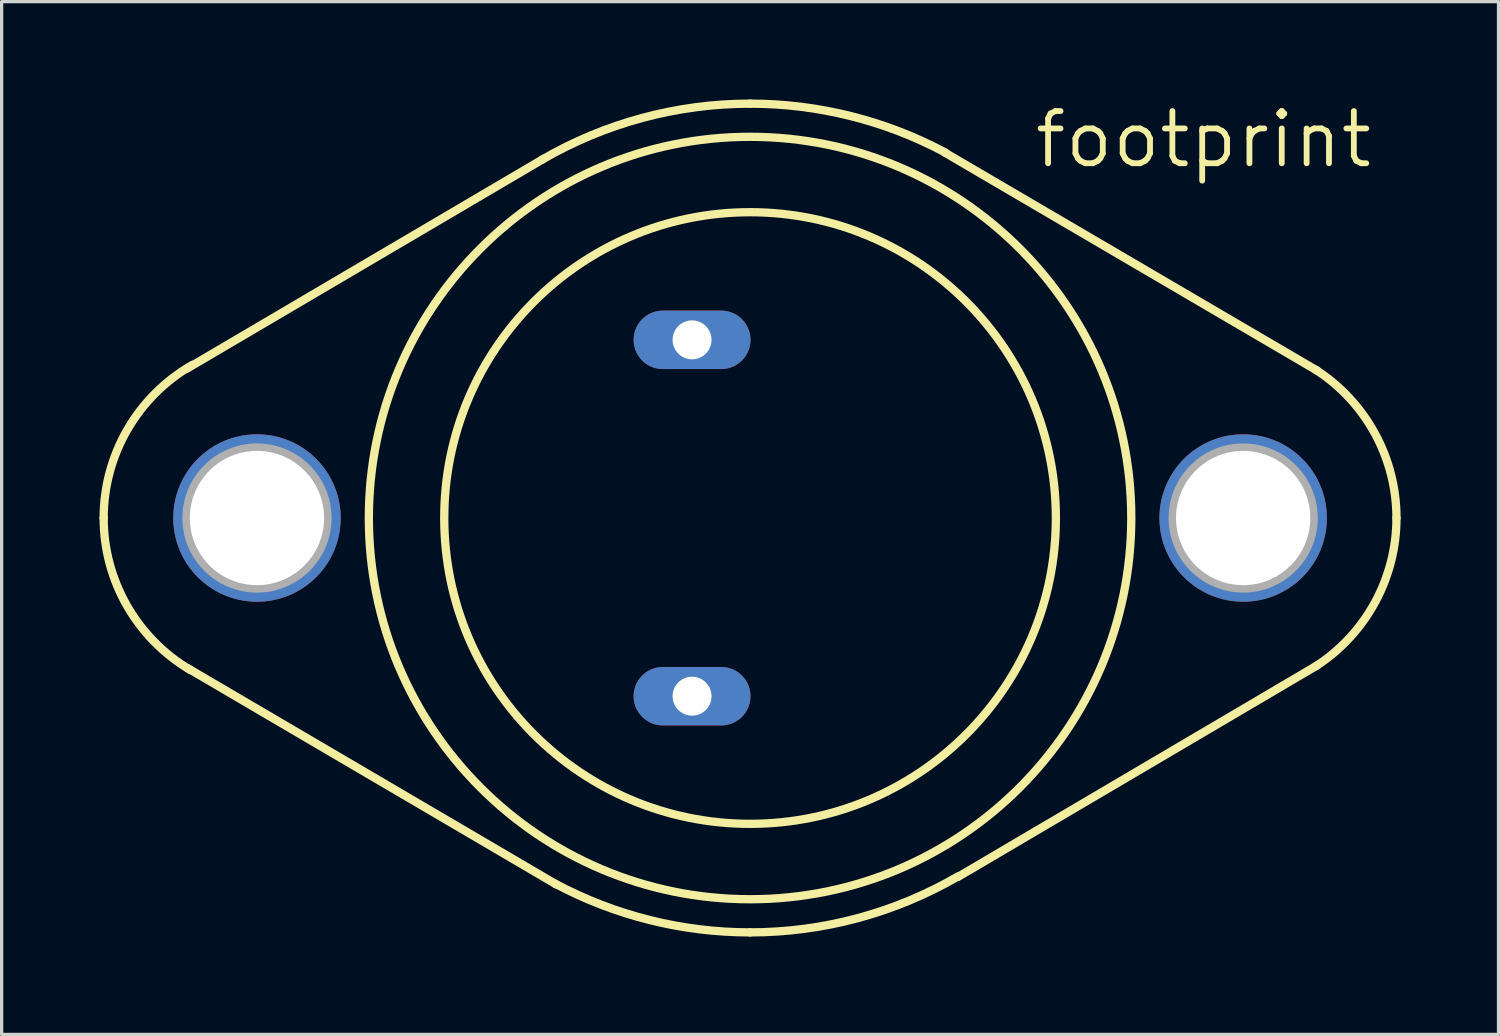
<source format=kicad_pcb>
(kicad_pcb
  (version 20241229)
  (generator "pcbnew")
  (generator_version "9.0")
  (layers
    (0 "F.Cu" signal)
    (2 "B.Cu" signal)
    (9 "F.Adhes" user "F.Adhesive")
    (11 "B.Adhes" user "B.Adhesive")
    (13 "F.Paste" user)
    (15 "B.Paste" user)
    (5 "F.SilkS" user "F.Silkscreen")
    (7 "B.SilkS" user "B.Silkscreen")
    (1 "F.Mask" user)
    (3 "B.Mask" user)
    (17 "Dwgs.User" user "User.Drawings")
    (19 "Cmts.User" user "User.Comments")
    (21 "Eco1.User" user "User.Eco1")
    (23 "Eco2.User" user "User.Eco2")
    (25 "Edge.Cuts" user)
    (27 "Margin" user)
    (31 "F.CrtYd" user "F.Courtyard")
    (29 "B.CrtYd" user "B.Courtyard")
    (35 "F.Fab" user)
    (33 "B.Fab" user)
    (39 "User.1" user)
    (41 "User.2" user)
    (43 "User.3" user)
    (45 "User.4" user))
  (footprint "footprint"
    (layer "F.Cu")
    (at 19.939 12.827)
    (property "Reference" "footprint" (at 8.636 -10.668 0) (layer "F.SilkS") (effects (font (size 1.6 1.6) (thickness 0.178)) (justify left bottom)))
    (fp_line (start -6.35 -10.998) (end -17.272 -4.572) (stroke (width 0.254) (type solid)) (layer "F.SilkS"))
    (fp_line (start -5.944 11.227) (end -17.247 4.597) (stroke (width 0.254) (type solid)) (layer "F.SilkS"))
    (fp_line (start 5.969 -11.201) (end 17.374 -4.521) (stroke (width 0.254) (type solid)) (layer "F.SilkS"))
    (fp_line (start 6.375 10.998) (end 17.374 4.521) (stroke (width 0.254) (type solid)) (layer "F.SilkS"))
    (fp_arc (start -19.812 0) (mid -19.08306 -2.712168) (end -17.0927 -4.6935) (stroke (width 0.254) (type solid)) (layer "F.SilkS"))
    (fp_arc (start -17.155499 4.657) (mid -19.101186 2.680705) (end -19.812 0) (stroke (width 0.254) (type solid)) (layer "F.SilkS"))
    (fp_arc (start -6.3718 -10.9859) (mid -3.299165 -12.263989) (end 0 -12.7) (stroke (width 0.254) (type solid)) (layer "F.SilkS"))
    (fp_arc (start 0 -12.7) (mid 3.080216 -12.320822) (end 5.9765 -11.2059) (stroke (width 0.254) (type solid)) (layer "F.SilkS"))
    (fp_arc (start 0 12.7) (mid -3.080216 12.320822) (end -5.9765 11.2059) (stroke (width 0.254) (type solid)) (layer "F.SilkS"))
    (fp_arc (start 6.3718 10.9859) (mid 3.299165 12.263989) (end 0 12.7) (stroke (width 0.254) (type solid)) (layer "F.SilkS"))
    (fp_arc (start 17.3366 -4.545) (mid 19.153011 -2.58769) (end 19.811999 0.000001) (stroke (width 0.254) (type solid)) (layer "F.SilkS"))
    (fp_arc (start 19.811999 -0.000001) (mid 19.153011 2.58769) (end 17.3366 4.545) (stroke (width 0.254) (type solid)) (layer "F.SilkS"))
    (fp_circle (center 0 0) (end 9.373 0) (stroke (width 0.254) (type solid)) (fill no) (layer "F.SilkS"))
    (fp_circle (center 0 0) (end 11.684 0) (stroke (width 0.254) (type solid)) (fill no) (layer "F.SilkS"))
    (fp_circle (center -15.113 0) (end -12.954 0) (stroke (width 0.254) (type solid)) (fill no) (layer "F.Fab"))
    (fp_circle (center 15.113 0) (end 17.272 0) (stroke (width 0.254) (type solid)) (fill no) (layer "F.Fab"))
    (pad "1" thru_hole oval (at -1.778 -5.461) (size 3.581 1.791) (drill 1.194) (layers "*.Cu" "*.Mask"))
    (pad "2" thru_hole oval (at -1.778 5.461) (size 3.581 1.791) (drill 1.194) (layers "*.Cu" "*.Mask"))
    (pad "3" thru_hole circle (at 15.113 0) (size 5.131 5.131) (drill 4.115) (layers "*.Cu" "*.Mask"))
    (pad "3/" thru_hole circle (at -15.113 0) (size 5.131 5.131) (drill 4.115) (layers "*.Cu" "*.Mask")))
  (gr_rect
    (start -3 -3)
    (end 42.878 28.654)
    (stroke (width 0.1) (type default))
    (fill no)
    (layer "Edge.Cuts")))
</source>
